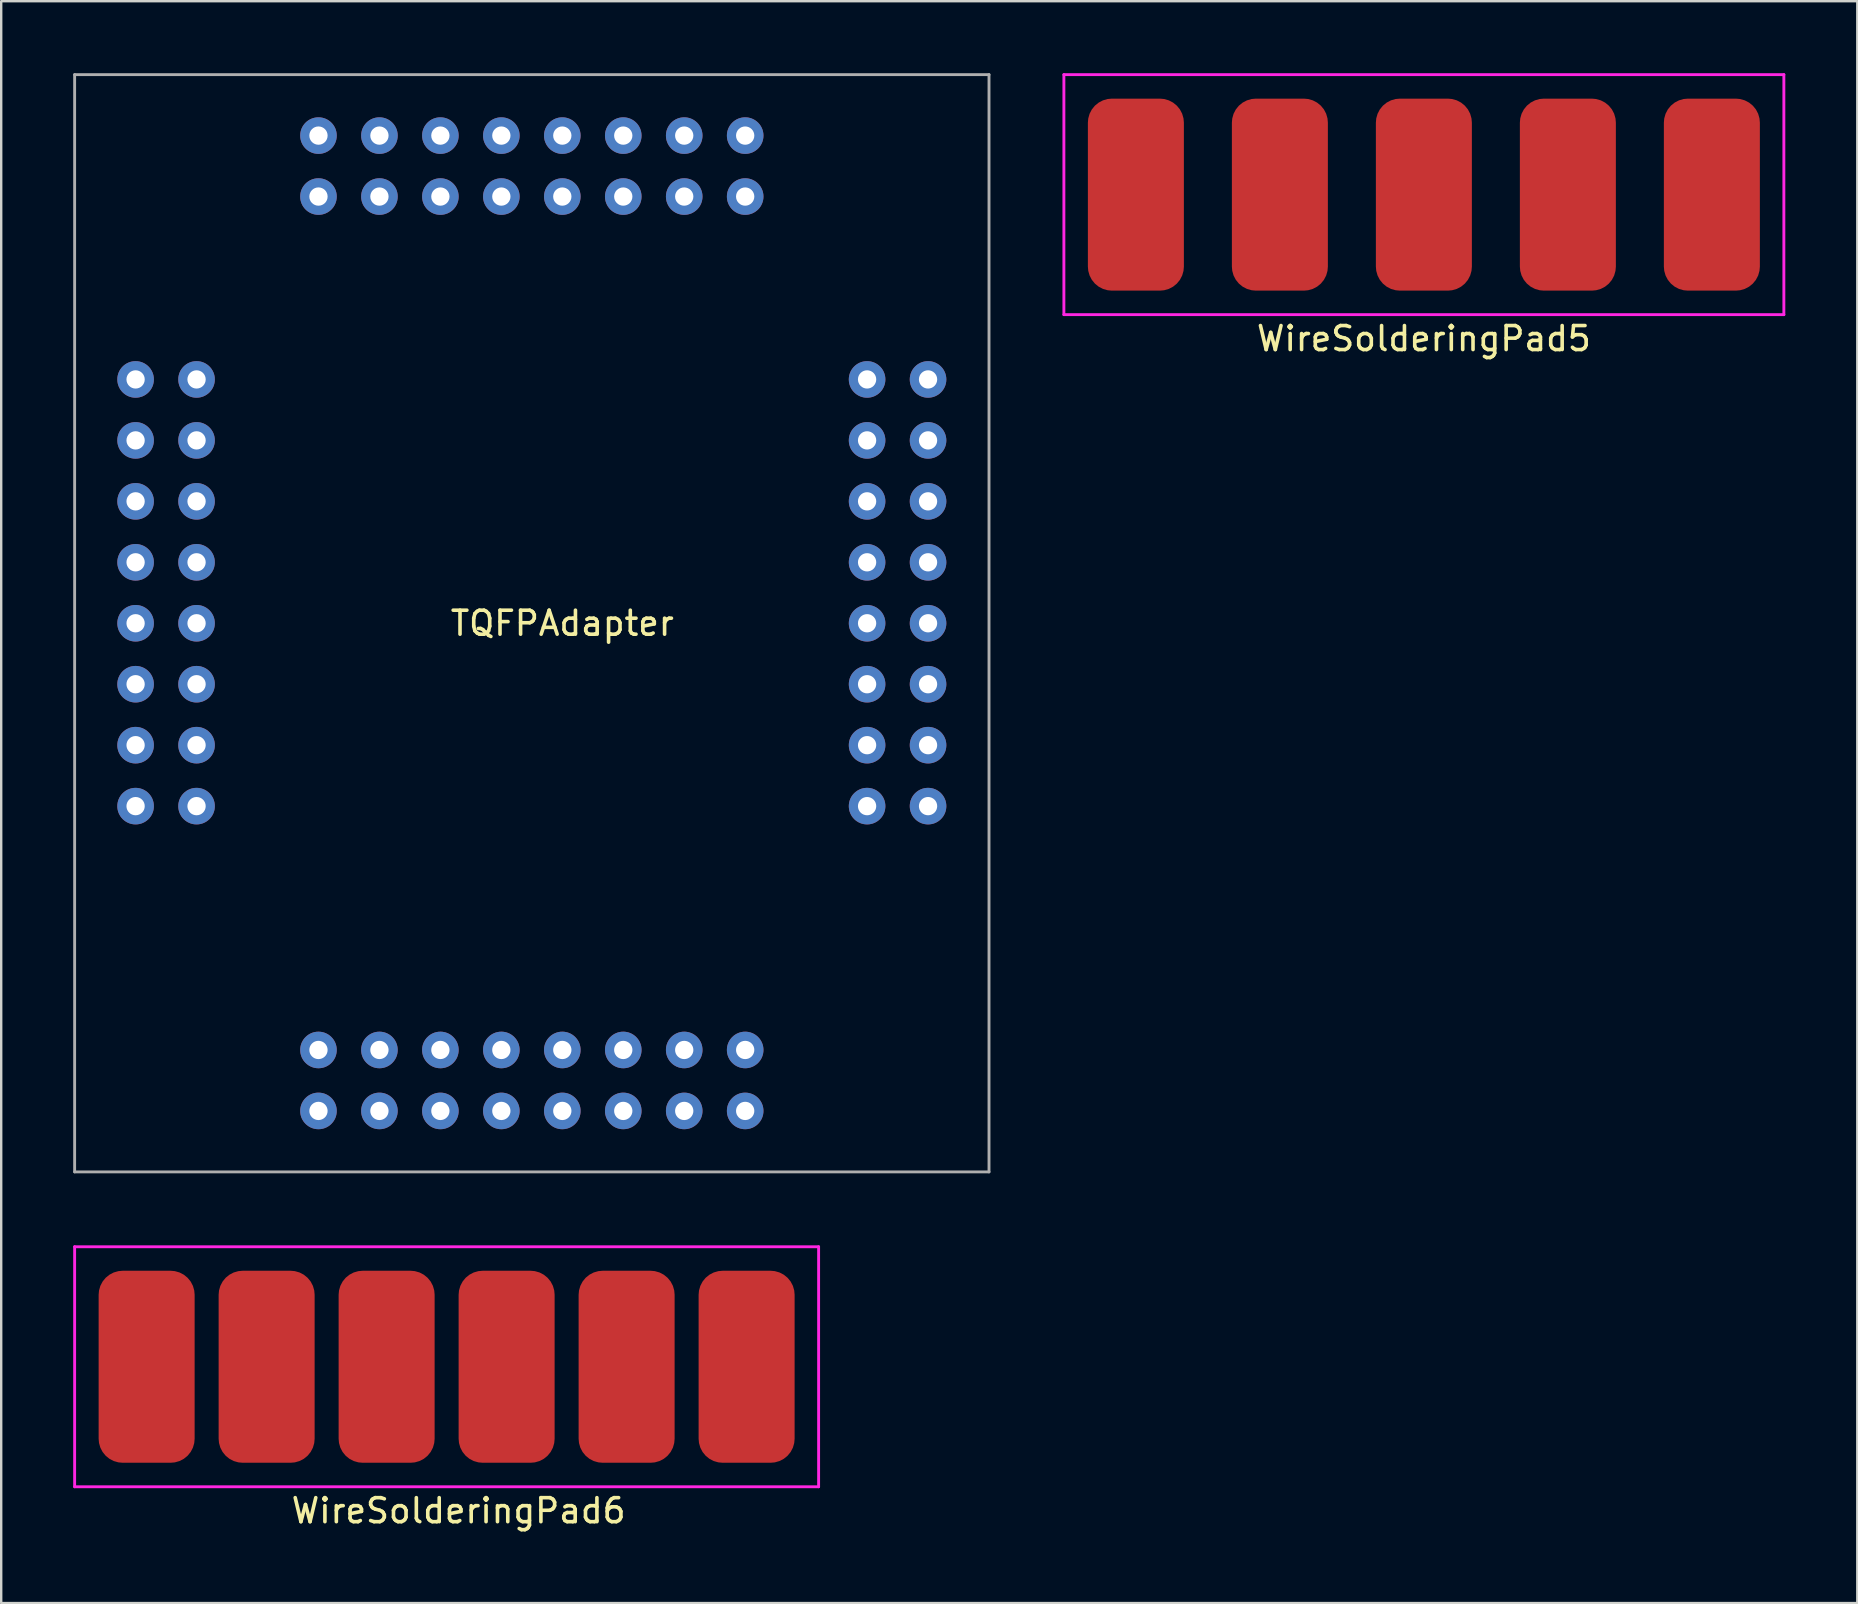
<source format=kicad_pcb>
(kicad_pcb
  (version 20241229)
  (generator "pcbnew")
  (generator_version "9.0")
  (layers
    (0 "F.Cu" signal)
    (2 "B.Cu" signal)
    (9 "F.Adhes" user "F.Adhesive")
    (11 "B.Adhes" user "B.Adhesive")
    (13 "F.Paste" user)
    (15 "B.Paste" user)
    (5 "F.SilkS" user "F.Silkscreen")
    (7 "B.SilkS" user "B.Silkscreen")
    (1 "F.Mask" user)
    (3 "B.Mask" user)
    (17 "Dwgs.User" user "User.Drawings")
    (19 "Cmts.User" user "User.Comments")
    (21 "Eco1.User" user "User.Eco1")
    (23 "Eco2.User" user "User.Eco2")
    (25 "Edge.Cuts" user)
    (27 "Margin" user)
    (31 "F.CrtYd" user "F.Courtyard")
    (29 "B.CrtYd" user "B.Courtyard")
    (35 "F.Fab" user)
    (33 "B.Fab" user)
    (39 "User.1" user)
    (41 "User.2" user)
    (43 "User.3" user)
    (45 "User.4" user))
  (footprint "TQFPAdapter"
    (layer "F.Cu")
    (at 20.38 22.92)
    (property "Reference" "TQFPAdapter" (at 0 0 0) (layer "F.SilkS") (effects (font (size 1 1) (thickness 0.15))))
    (attr through_hole)
    (fp_line (start -20.32 -22.86) (end -20.32 22.86) (stroke (width 0.12) (type solid)) (layer "F.Fab"))
    (fp_line (start -20.32 22.86) (end 17.78 22.86) (stroke (width 0.12) (type solid)) (layer "F.Fab"))
    (fp_line (start 17.78 -22.86) (end -20.32 -22.86) (stroke (width 0.12) (type solid)) (layer "F.Fab"))
    (fp_line (start 17.78 22.86) (end 17.78 -22.86) (stroke (width 0.12) (type solid)) (layer "F.Fab"))
    (pad "1" thru_hole circle (at -15.24 -10.16) (size 1.524 1.524) (drill 0.762) (layers "*.Cu" "*.Mask"))
    (pad "2" thru_hole circle (at -17.78 -10.16) (size 1.524 1.524) (drill 0.762) (layers "*.Cu" "*.Mask"))
    (pad "3" thru_hole circle (at -15.24 -7.62) (size 1.524 1.524) (drill 0.762) (layers "*.Cu" "*.Mask"))
    (pad "4" thru_hole circle (at -17.78 -7.62) (size 1.524 1.524) (drill 0.762) (layers "*.Cu" "*.Mask"))
    (pad "5" thru_hole circle (at -15.24 -5.08) (size 1.524 1.524) (drill 0.762) (layers "*.Cu" "*.Mask"))
    (pad "6" thru_hole circle (at -17.78 -5.08) (size 1.524 1.524) (drill 0.762) (layers "*.Cu" "*.Mask"))
    (pad "7" thru_hole circle (at -15.24 -2.54) (size 1.524 1.524) (drill 0.762) (layers "*.Cu" "*.Mask"))
    (pad "8" thru_hole circle (at -17.78 -2.54) (size 1.524 1.524) (drill 0.762) (layers "*.Cu" "*.Mask"))
    (pad "9" thru_hole circle (at -15.24 0) (size 1.524 1.524) (drill 0.762) (layers "*.Cu" "*.Mask"))
    (pad "10" thru_hole circle (at -17.78 0) (size 1.524 1.524) (drill 0.762) (layers "*.Cu" "*.Mask"))
    (pad "11" thru_hole circle (at -15.24 2.54) (size 1.524 1.524) (drill 0.762) (layers "*.Cu" "*.Mask"))
    (pad "12" thru_hole circle (at -17.78 2.54) (size 1.524 1.524) (drill 0.762) (layers "*.Cu" "*.Mask"))
    (pad "13" thru_hole circle (at -15.24 5.08) (size 1.524 1.524) (drill 0.762) (layers "*.Cu" "*.Mask"))
    (pad "14" thru_hole circle (at -17.78 5.08) (size 1.524 1.524) (drill 0.762) (layers "*.Cu" "*.Mask"))
    (pad "15" thru_hole circle (at -15.24 7.62) (size 1.524 1.524) (drill 0.762) (layers "*.Cu" "*.Mask"))
    (pad "16" thru_hole circle (at -17.78 7.62) (size 1.524 1.524) (drill 0.762) (layers "*.Cu" "*.Mask"))
    (pad "17" thru_hole circle (at -10.16 17.78) (size 1.524 1.524) (drill 0.762) (layers "*.Cu" "*.Mask"))
    (pad "18" thru_hole circle (at -10.16 20.32) (size 1.524 1.524) (drill 0.762) (layers "*.Cu" "*.Mask"))
    (pad "19" thru_hole circle (at -7.62 17.78) (size 1.524 1.524) (drill 0.762) (layers "*.Cu" "*.Mask"))
    (pad "20" thru_hole circle (at -7.62 20.32) (size 1.524 1.524) (drill 0.762) (layers "*.Cu" "*.Mask"))
    (pad "21" thru_hole circle (at -5.08 17.78) (size 1.524 1.524) (drill 0.762) (layers "*.Cu" "*.Mask"))
    (pad "22" thru_hole circle (at -5.08 20.32) (size 1.524 1.524) (drill 0.762) (layers "*.Cu" "*.Mask"))
    (pad "23" thru_hole circle (at -2.54 17.78) (size 1.524 1.524) (drill 0.762) (layers "*.Cu" "*.Mask"))
    (pad "24" thru_hole circle (at -2.54 20.32) (size 1.524 1.524) (drill 0.762) (layers "*.Cu" "*.Mask"))
    (pad "25" thru_hole circle (at 0 17.78) (size 1.524 1.524) (drill 0.762) (layers "*.Cu" "*.Mask"))
    (pad "26" thru_hole circle (at 0 20.32) (size 1.524 1.524) (drill 0.762) (layers "*.Cu" "*.Mask"))
    (pad "27" thru_hole circle (at 2.54 17.78) (size 1.524 1.524) (drill 0.762) (layers "*.Cu" "*.Mask"))
    (pad "28" thru_hole circle (at 2.54 20.32) (size 1.524 1.524) (drill 0.762) (layers "*.Cu" "*.Mask"))
    (pad "29" thru_hole circle (at 5.08 17.78) (size 1.524 1.524) (drill 0.762) (layers "*.Cu" "*.Mask"))
    (pad "30" thru_hole circle (at 5.08 20.32) (size 1.524 1.524) (drill 0.762) (layers "*.Cu" "*.Mask"))
    (pad "31" thru_hole circle (at 7.62 17.78) (size 1.524 1.524) (drill 0.762) (layers "*.Cu" "*.Mask"))
    (pad "32" thru_hole circle (at 7.62 20.32) (size 1.524 1.524) (drill 0.762) (layers "*.Cu" "*.Mask"))
    (pad "33" thru_hole circle (at 12.7 7.62 180) (size 1.524 1.524) (drill 0.762) (layers "*.Cu" "*.Mask"))
    (pad "34" thru_hole circle (at 15.24 7.62 180) (size 1.524 1.524) (drill 0.762) (layers "*.Cu" "*.Mask"))
    (pad "35" thru_hole circle (at 12.7 5.08 180) (size 1.524 1.524) (drill 0.762) (layers "*.Cu" "*.Mask"))
    (pad "36" thru_hole circle (at 15.24 5.08 180) (size 1.524 1.524) (drill 0.762) (layers "*.Cu" "*.Mask"))
    (pad "37" thru_hole circle (at 12.7 2.54 180) (size 1.524 1.524) (drill 0.762) (layers "*.Cu" "*.Mask"))
    (pad "38" thru_hole circle (at 15.24 2.54 180) (size 1.524 1.524) (drill 0.762) (layers "*.Cu" "*.Mask"))
    (pad "39" thru_hole circle (at 12.7 0 180) (size 1.524 1.524) (drill 0.762) (layers "*.Cu" "*.Mask"))
    (pad "40" thru_hole circle (at 15.24 0 180) (size 1.524 1.524) (drill 0.762) (layers "*.Cu" "*.Mask"))
    (pad "41" thru_hole circle (at 12.7 -2.54 180) (size 1.524 1.524) (drill 0.762) (layers "*.Cu" "*.Mask"))
    (pad "42" thru_hole circle (at 15.24 -2.54 180) (size 1.524 1.524) (drill 0.762) (layers "*.Cu" "*.Mask"))
    (pad "43" thru_hole circle (at 12.7 -5.08 180) (size 1.524 1.524) (drill 0.762) (layers "*.Cu" "*.Mask"))
    (pad "44" thru_hole circle (at 15.24 -5.08 180) (size 1.524 1.524) (drill 0.762) (layers "*.Cu" "*.Mask"))
    (pad "45" thru_hole circle (at 12.7 -7.62 180) (size 1.524 1.524) (drill 0.762) (layers "*.Cu" "*.Mask"))
    (pad "46" thru_hole circle (at 15.24 -7.62 180) (size 1.524 1.524) (drill 0.762) (layers "*.Cu" "*.Mask"))
    (pad "47" thru_hole circle (at 12.7 -10.16 180) (size 1.524 1.524) (drill 0.762) (layers "*.Cu" "*.Mask"))
    (pad "48" thru_hole circle (at 15.24 -10.16 180) (size 1.524 1.524) (drill 0.762) (layers "*.Cu" "*.Mask"))
    (pad "49" thru_hole circle (at 7.62 -17.78) (size 1.524 1.524) (drill 0.762) (layers "*.Cu" "*.Mask"))
    (pad "50" thru_hole circle (at 7.62 -20.32) (size 1.524 1.524) (drill 0.762) (layers "*.Cu" "*.Mask"))
    (pad "51" thru_hole circle (at 5.08 -17.78) (size 1.524 1.524) (drill 0.762) (layers "*.Cu" "*.Mask"))
    (pad "52" thru_hole circle (at 5.08 -20.32) (size 1.524 1.524) (drill 0.762) (layers "*.Cu" "*.Mask"))
    (pad "53" thru_hole circle (at 2.54 -17.78) (size 1.524 1.524) (drill 0.762) (layers "*.Cu" "*.Mask"))
    (pad "54" thru_hole circle (at 2.54 -20.32) (size 1.524 1.524) (drill 0.762) (layers "*.Cu" "*.Mask"))
    (pad "55" thru_hole circle (at 0 -17.78) (size 1.524 1.524) (drill 0.762) (layers "*.Cu" "*.Mask"))
    (pad "56" thru_hole circle (at 0 -20.32) (size 1.524 1.524) (drill 0.762) (layers "*.Cu" "*.Mask"))
    (pad "57" thru_hole circle (at -2.54 -17.78) (size 1.524 1.524) (drill 0.762) (layers "*.Cu" "*.Mask"))
    (pad "58" thru_hole circle (at -2.54 -20.32) (size 1.524 1.524) (drill 0.762) (layers "*.Cu" "*.Mask"))
    (pad "59" thru_hole circle (at -5.08 -17.78) (size 1.524 1.524) (drill 0.762) (layers "*.Cu" "*.Mask"))
    (pad "60" thru_hole circle (at -5.08 -20.32) (size 1.524 1.524) (drill 0.762) (layers "*.Cu" "*.Mask"))
    (pad "61" thru_hole circle (at -7.62 -17.78) (size 1.524 1.524) (drill 0.762) (layers "*.Cu" "*.Mask"))
    (pad "62" thru_hole circle (at -7.62 -20.32) (size 1.524 1.524) (drill 0.762) (layers "*.Cu" "*.Mask"))
    (pad "63" thru_hole circle (at -10.16 -17.78) (size 1.524 1.524) (drill 0.762) (layers "*.Cu" "*.Mask"))
    (pad "64" thru_hole circle (at -10.16 -20.32) (size 1.524 1.524) (drill 0.762) (layers "*.Cu" "*.Mask")))
  (footprint "WireSolderingPad5"
    (layer "F.Cu")
    (at 56.28 5.06)
    (property "Reference" "WireSolderingPad5" (at 0 6 0) (layer "F.SilkS") (effects (font (size 1 1) (thickness 0.15))))
    (attr through_hole)
    (fp_line (start -15 -5) (end 15 -5) (stroke (width 0.12) (type solid)) (layer "F.CrtYd"))
    (fp_line (start -15 5) (end -15 -5) (stroke (width 0.12) (type solid)) (layer "F.CrtYd"))
    (fp_line (start 15 -5) (end 15 5) (stroke (width 0.12) (type solid)) (layer "F.CrtYd"))
    (fp_line (start 15 5) (end -15 5) (stroke (width 0.12) (type solid)) (layer "F.CrtYd"))
    (pad "1" smd roundrect (at -12 0) (size 4 8) (layers "F.Cu" "F.Mask" "F.Paste") (roundrect_rratio 0.25))
    (pad "2" smd roundrect (at -6 0) (size 4 8) (layers "F.Cu" "F.Mask" "F.Paste") (roundrect_rratio 0.25))
    (pad "3" smd roundrect (at 0 0) (size 4 8) (layers "F.Cu" "F.Mask" "F.Paste") (roundrect_rratio 0.25))
    (pad "4" smd roundrect (at 6 0) (size 4 8) (layers "F.Cu" "F.Mask" "F.Paste") (roundrect_rratio 0.25))
    (pad "5" smd roundrect (at 12 0) (size 4 8) (layers "F.Cu" "F.Mask" "F.Paste") (roundrect_rratio 0.25)))
  (footprint "WireSolderingPad6"
    (layer "F.Cu")
    (at 16.06 53.9)
    (property "Reference" "WireSolderingPad6" (at 0 6 0) (layer "F.SilkS") (effects (font (size 1 1) (thickness 0.15))))
    (attr through_hole)
    (fp_line (start -16 -5) (end 15 -5) (stroke (width 0.12) (type solid)) (layer "F.CrtYd"))
    (fp_line (start -16 5) (end -16 -5) (stroke (width 0.12) (type solid)) (layer "F.CrtYd"))
    (fp_line (start 15 -5) (end 15 5) (stroke (width 0.12) (type solid)) (layer "F.CrtYd"))
    (fp_line (start 15 5) (end -16 5) (stroke (width 0.12) (type solid)) (layer "F.CrtYd"))
    (pad "1" smd roundrect (at -13 0) (size 4 8) (layers "F.Cu" "F.Mask" "F.Paste") (roundrect_rratio 0.25))
    (pad "2" smd roundrect (at -8 0) (size 4 8) (layers "F.Cu" "F.Mask" "F.Paste") (roundrect_rratio 0.25))
    (pad "3" smd roundrect (at -3 0) (size 4 8) (layers "F.Cu" "F.Mask" "F.Paste") (roundrect_rratio 0.25))
    (pad "4" smd roundrect (at 2 0) (size 4 8) (layers "F.Cu" "F.Mask" "F.Paste") (roundrect_rratio 0.25))
    (pad "5" smd roundrect (at 7 0) (size 4 8) (layers "F.Cu" "F.Mask" "F.Paste") (roundrect_rratio 0.25))
    (pad "6" smd roundrect (at 12 0) (size 4 8) (layers "F.Cu" "F.Mask" "F.Paste") (roundrect_rratio 0.25)))
  (gr_rect
    (start -3 -3)
    (end 74.34 63.748)
    (stroke (width 0.1) (type default))
    (fill no)
    (layer "Edge.Cuts")))
</source>
